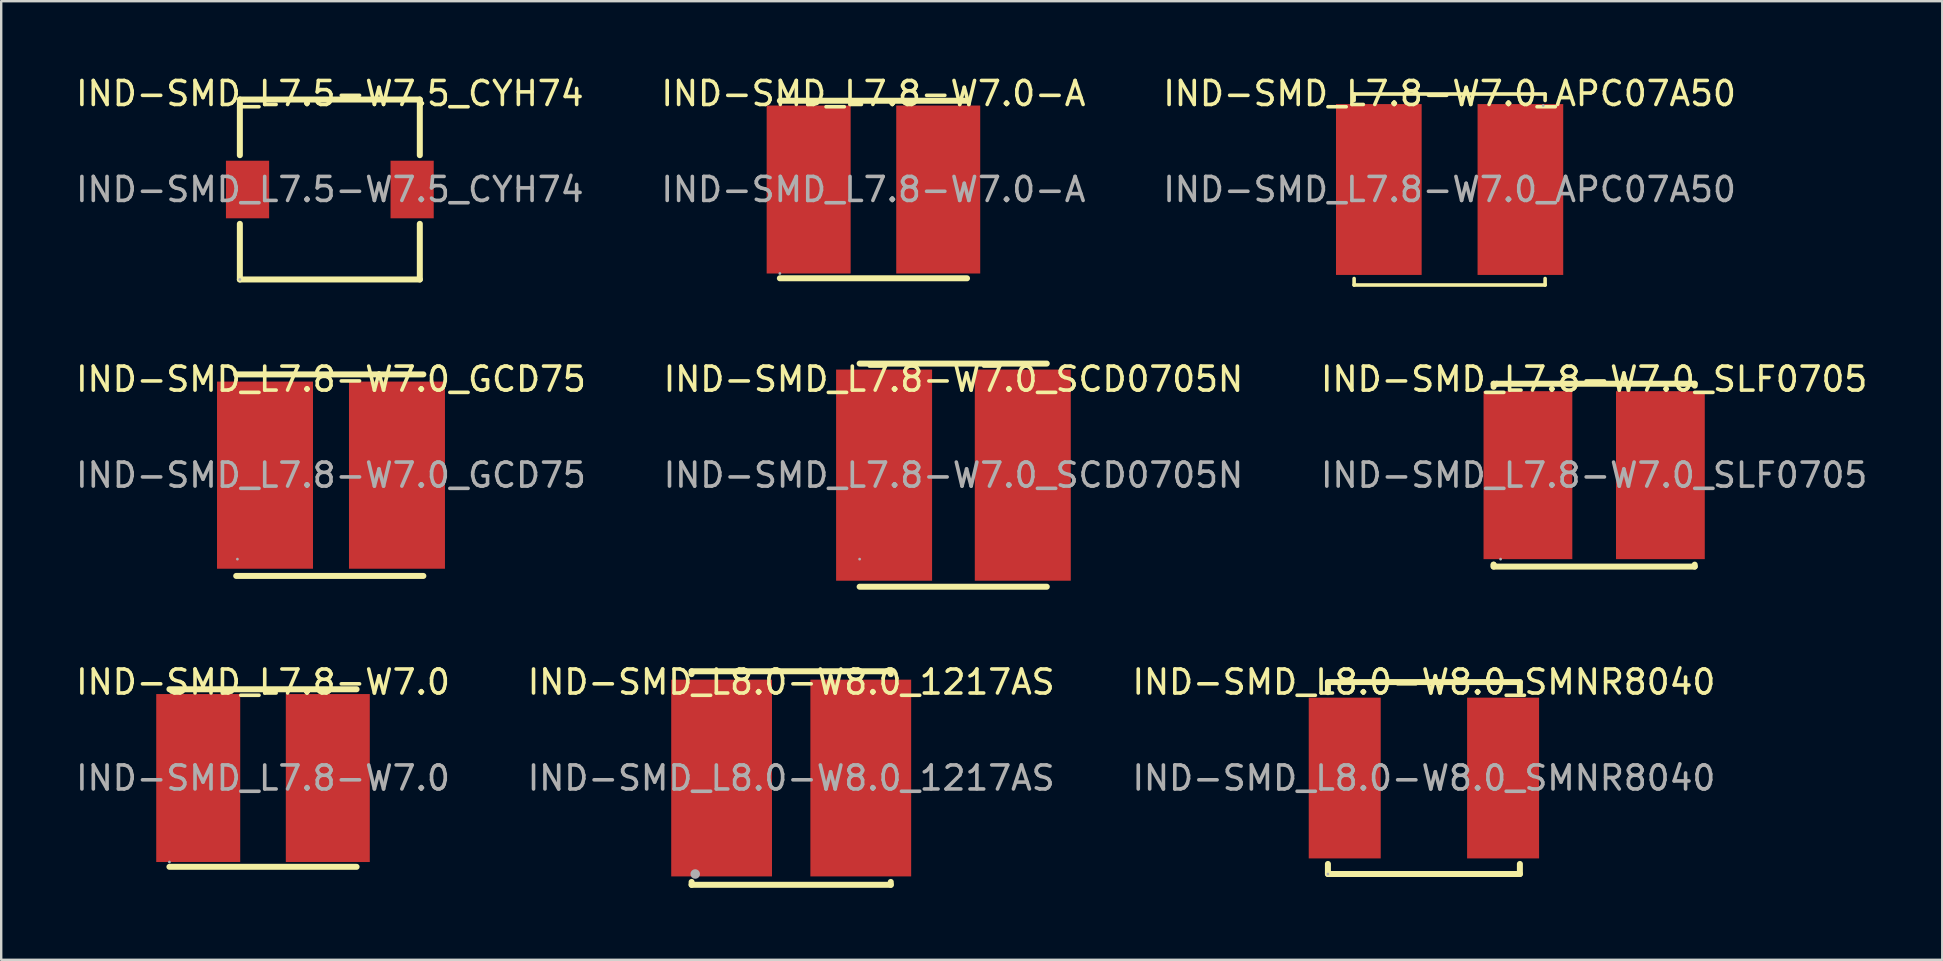
<source format=kicad_pcb>
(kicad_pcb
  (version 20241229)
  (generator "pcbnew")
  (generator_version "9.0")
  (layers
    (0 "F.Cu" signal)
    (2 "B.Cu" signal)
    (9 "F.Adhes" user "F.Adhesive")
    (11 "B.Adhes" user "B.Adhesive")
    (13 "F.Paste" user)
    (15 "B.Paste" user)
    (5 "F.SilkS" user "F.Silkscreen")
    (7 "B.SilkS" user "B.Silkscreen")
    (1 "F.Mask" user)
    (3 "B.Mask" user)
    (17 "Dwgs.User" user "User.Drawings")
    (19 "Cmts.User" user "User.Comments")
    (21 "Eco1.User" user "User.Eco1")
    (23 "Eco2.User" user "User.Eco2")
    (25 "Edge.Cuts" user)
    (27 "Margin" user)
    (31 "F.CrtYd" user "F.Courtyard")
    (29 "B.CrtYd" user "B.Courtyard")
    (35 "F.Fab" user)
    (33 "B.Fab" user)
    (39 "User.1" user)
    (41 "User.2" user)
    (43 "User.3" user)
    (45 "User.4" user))
  (footprint "IND-SMD_L7.8-W7.0_SLF0705"
    (layer "F.Cu")
    (at 63.387 16.752)
    (property "Reference" "IND-SMD_L7.8-W7.0_SLF0705" (at 0 -4 0) (layer "F.SilkS") (effects (font (size 1 1) (thickness 0.15))))
    (attr through_hole)
    (fp_line (start -4.19 -3.81) (end -4.19 -3.68) (stroke (width 0.25) (type solid)) (layer "F.SilkS"))
    (fp_line (start -4.19 3.73) (end -4.19 3.73) (stroke (width 0.25) (type solid)) (layer "F.SilkS"))
    (fp_line (start -4.19 3.81) (end -4.19 3.73) (stroke (width 0.25) (type solid)) (layer "F.SilkS"))
    (fp_line (start -4.06 -3.81) (end -4.19 -3.81) (stroke (width 0.25) (type solid)) (layer "F.SilkS"))
    (fp_line (start -4.06 -3.81) (end 4.19 -3.81) (stroke (width 0.25) (type solid)) (layer "F.SilkS"))
    (fp_line (start 4.19 -3.81) (end 4.19 -3.73) (stroke (width 0.25) (type solid)) (layer "F.SilkS"))
    (fp_line (start 4.19 3.73) (end 4.19 3.81) (stroke (width 0.25) (type solid)) (layer "F.SilkS"))
    (fp_line (start 4.19 3.81) (end -4.19 3.81) (stroke (width 0.25) (type solid)) (layer "F.SilkS"))
    (fp_circle (center -3.9 3.5) (end -3.87 3.5) (stroke (width 0.06) (type solid)) (fill no) (layer "F.Fab"))
    (fp_text user "${REFERENCE}" (at 0 0 0) (layer "F.Fab") (effects (font (size 1 1) (thickness 0.15))))
    (pad "1" smd rect (at -2.76 0) (size 3.7 7) (layers "F.Cu" "F.Mask" "F.Paste"))
    (pad "2" smd rect (at 2.76 0) (size 3.7 7) (layers "F.Cu" "F.Mask" "F.Paste")))
  (footprint "IND-SMD_L7.8-W7.0_SCD0705N"
    (layer "F.Cu")
    (at 36.685 16.752)
    (property "Reference" "IND-SMD_L7.8-W7.0_SCD0705N" (at 0 -4 0) (layer "F.SilkS") (effects (font (size 1 1) (thickness 0.15))))
    (attr through_hole)
    (fp_line (start -3.91 -4.65) (end 3.89 -4.65) (stroke (width 0.25) (type solid)) (layer "F.SilkS"))
    (fp_line (start -3.91 4.65) (end 3.89 4.65) (stroke (width 0.25) (type solid)) (layer "F.SilkS"))
    (fp_circle (center -3.91 3.5) (end -3.88 3.5) (stroke (width 0.06) (type solid)) (fill no) (layer "F.Fab"))
    (fp_text user "${REFERENCE}" (at 0 0 0) (layer "F.Fab") (effects (font (size 1 1) (thickness 0.15))))
    (pad "1" smd rect (at -2.89 0) (size 4 8.8) (layers "F.Cu" "F.Mask" "F.Paste"))
    (pad "2" smd rect (at 2.89 0) (size 4 8.8) (layers "F.Cu" "F.Mask" "F.Paste")))
  (footprint "IND-SMD_L7.8-W7.0_GCD75"
    (layer "F.Cu")
    (at 10.744 16.752)
    (property "Reference" "IND-SMD_L7.8-W7.0_GCD75" (at 0 -4 0) (layer "F.SilkS") (effects (font (size 1 1) (thickness 0.15))))
    (attr through_hole)
    (fp_line (start -3.95 -4.2) (end 3.85 -4.2) (stroke (width 0.25) (type solid)) (layer "F.SilkS"))
    (fp_line (start -3.95 4.2) (end 3.85 4.2) (stroke (width 0.25) (type solid)) (layer "F.SilkS"))
    (fp_circle (center -3.9 3.5) (end -3.87 3.5) (stroke (width 0.06) (type solid)) (fill no) (layer "F.Fab"))
    (fp_text user "${REFERENCE}" (at 0 0 0) (layer "F.Fab") (effects (font (size 1 1) (thickness 0.15))))
    (pad "1" smd rect (at -2.75 0) (size 4 7.8) (layers "F.Cu" "F.Mask" "F.Paste"))
    (pad "2" smd rect (at 2.75 0) (size 4 7.8) (layers "F.Cu" "F.Mask" "F.Paste")))
  (footprint "IND-SMD_L7.8-W7.0-A"
    (layer "F.Cu")
    (at 33.351 4.848)
    (property "Reference" "IND-SMD_L7.8-W7.0-A" (at 0 -4 0) (layer "F.SilkS") (effects (font (size 1 1) (thickness 0.15))))
    (attr through_hole)
    (fp_line (start -3.9 -3.7) (end 3.9 -3.7) (stroke (width 0.25) (type solid)) (layer "F.SilkS"))
    (fp_line (start -3.9 3.7) (end 3.9 3.7) (stroke (width 0.25) (type solid)) (layer "F.SilkS"))
    (fp_circle (center -3.9 3.5) (end -3.87 3.5) (stroke (width 0.06) (type solid)) (fill no) (layer "F.Fab"))
    (fp_text user "${REFERENCE}" (at 0 0 0) (layer "F.Fab") (effects (font (size 1 1) (thickness 0.15))))
    (pad "1" smd rect (at -2.7 0) (size 3.5 7) (layers "F.Cu" "F.Mask" "F.Paste"))
    (pad "2" smd rect (at 2.7 0) (size 3.5 7) (layers "F.Cu" "F.Mask" "F.Paste")))
  (footprint "IND-SMD_L7.8-W7.0_APC07A50"
    (layer "F.Cu")
    (at 57.363 4.848)
    (property "Reference" "IND-SMD_L7.8-W7.0_APC07A50" (at 0 -4 0) (layer "F.SilkS") (effects (font (size 1 1) (thickness 0.15))))
    (attr through_hole)
    (fp_line (start -3.98 -3.98) (end 3.98 -3.98) (stroke (width 0.15) (type solid)) (layer "F.SilkS"))
    (fp_line (start -3.98 -3.71) (end -3.98 -3.98) (stroke (width 0.15) (type solid)) (layer "F.SilkS"))
    (fp_line (start -3.98 3.71) (end -3.98 3.98) (stroke (width 0.15) (type solid)) (layer "F.SilkS"))
    (fp_line (start -3.98 3.98) (end 3.98 3.98) (stroke (width 0.15) (type solid)) (layer "F.SilkS"))
    (fp_line (start 3.98 -3.98) (end 3.98 -3.71) (stroke (width 0.15) (type solid)) (layer "F.SilkS"))
    (fp_line (start 3.98 3.98) (end 3.98 3.71) (stroke (width 0.15) (type solid)) (layer "F.SilkS"))
    (fp_circle (center 3.9 -3.5) (end 3.93 -3.5) (stroke (width 0.06) (type solid)) (fill no) (layer "F.Fab"))
    (fp_text user "${REFERENCE}" (at 0 0 0) (layer "F.Fab") (effects (font (size 1 1) (thickness 0.15))))
    (pad "1" smd rect (at 2.95 0) (size 3.57 7.12) (layers "F.Cu" "F.Mask" "F.Paste"))
    (pad "2" smd rect (at -2.95 0) (size 3.57 7.12) (layers "F.Cu" "F.Mask" "F.Paste")))
  (footprint "IND-SMD_L8.0-W8.0_1217AS"
    (layer "F.Cu")
    (at 29.923 29.375)
    (property "Reference" "IND-SMD_L8.0-W8.0_1217AS" (at 0 -4 0) (layer "F.SilkS") (effects (font (size 1 1) (thickness 0.15))))
    (attr through_hole)
    (fp_line (start -4.15 -4.45) (end -4.15 -4.33) (stroke (width 0.25) (type solid)) (layer "F.SilkS"))
    (fp_line (start -4.15 -4.45) (end 4.15 -4.45) (stroke (width 0.25) (type solid)) (layer "F.SilkS"))
    (fp_line (start -4.15 4.33) (end -4.15 4.45) (stroke (width 0.25) (type solid)) (layer "F.SilkS"))
    (fp_line (start -4.15 4.45) (end 4.15 4.45) (stroke (width 0.25) (type solid)) (layer "F.SilkS"))
    (fp_line (start 4.15 -4.33) (end 4.15 -4.45) (stroke (width 0.25) (type solid)) (layer "F.SilkS"))
    (fp_line (start 4.15 4.45) (end 4.15 4.33) (stroke (width 0.25) (type solid)) (layer "F.SilkS"))
    (fp_circle (center -4 4) (end -3.9 4) (stroke (width 0.2) (type solid)) (fill no) (layer "F.Fab"))
    (fp_text user "${REFERENCE}" (at 0 0 0) (layer "F.Fab") (effects (font (size 1 1) (thickness 0.15))))
    (pad "1" smd rect (at -2.9 0 90) (size 8.2 4.2) (layers "F.Cu" "F.Mask" "F.Paste"))
    (pad "2" smd rect (at 2.9 0 90) (size 8.2 4.2) (layers "F.Cu" "F.Mask" "F.Paste")))
  (footprint "IND-SMD_L8.0-W8.0_SMNR8040"
    (layer "F.Cu")
    (at 56.292 29.375)
    (property "Reference" "IND-SMD_L8.0-W8.0_SMNR8040" (at 0 -4 0) (layer "F.SilkS") (effects (font (size 1 1) (thickness 0.15))))
    (attr through_hole)
    (fp_line (start -4 -4) (end 4 -4) (stroke (width 0.25) (type solid)) (layer "F.SilkS"))
    (fp_line (start -4 -3.58) (end -4 -4) (stroke (width 0.25) (type solid)) (layer "F.SilkS"))
    (fp_line (start -4 4) (end -4 3.58) (stroke (width 0.25) (type solid)) (layer "F.SilkS"))
    (fp_line (start 4 -4) (end 4 -3.58) (stroke (width 0.25) (type solid)) (layer "F.SilkS"))
    (fp_line (start 4 3.58) (end 4 4) (stroke (width 0.25) (type solid)) (layer "F.SilkS"))
    (fp_line (start 4 4) (end -4 4) (stroke (width 0.25) (type solid)) (layer "F.SilkS"))
    (fp_circle (center -4 4) (end -3.97 4) (stroke (width 0.06) (type solid)) (fill no) (layer "F.Fab"))
    (fp_text user "${REFERENCE}" (at 0 0 0) (layer "F.Fab") (effects (font (size 1 1) (thickness 0.15))))
    (pad "1" smd rect (at -3.3 0) (size 3 6.7) (layers "F.Cu" "F.Mask" "F.Paste"))
    (pad "2" smd rect (at 3.3 0) (size 3 6.7) (layers "F.Cu" "F.Mask" "F.Paste")))
  (footprint "IND-SMD_L7.5-W7.5_CYH74"
    (layer "F.Cu")
    (at 10.696 4.848)
    (property "Reference" "IND-SMD_L7.5-W7.5_CYH74" (at 0 -4 0) (layer "F.SilkS") (effects (font (size 1 1) (thickness 0.15))))
    (attr through_hole)
    (fp_line (start -3.75 -3.75) (end 3.75 -3.75) (stroke (width 0.25) (type solid)) (layer "F.SilkS"))
    (fp_line (start -3.75 -1.43) (end -3.75 -3.75) (stroke (width 0.25) (type solid)) (layer "F.SilkS"))
    (fp_line (start -3.75 3.75) (end -3.75 1.43) (stroke (width 0.25) (type solid)) (layer "F.SilkS"))
    (fp_line (start 3.75 -3.75) (end 3.75 -1.43) (stroke (width 0.25) (type solid)) (layer "F.SilkS"))
    (fp_line (start 3.75 1.43) (end 3.75 3.75) (stroke (width 0.25) (type solid)) (layer "F.SilkS"))
    (fp_line (start 3.75 3.75) (end -3.75 3.75) (stroke (width 0.25) (type solid)) (layer "F.SilkS"))
    (fp_circle (center -3.75 3.75) (end -3.72 3.75) (stroke (width 0.06) (type solid)) (fill no) (layer "F.Fab"))
    (fp_text user "${REFERENCE}" (at 0 0 0) (layer "F.Fab") (effects (font (size 1 1) (thickness 0.15))))
    (pad "1" smd rect (at -3.43 0) (size 1.8 2.4) (layers "F.Cu" "F.Mask" "F.Paste"))
    (pad "2" smd rect (at 3.43 0) (size 1.8 2.4) (layers "F.Cu" "F.Mask" "F.Paste")))
  (footprint "IND-SMD_L7.8-W7.0"
    (layer "F.Cu")
    (at 7.911 29.375)
    (property "Reference" "IND-SMD_L7.8-W7.0" (at 0 -4 0) (layer "F.SilkS") (effects (font (size 1 1) (thickness 0.15))))
    (attr through_hole)
    (fp_line (start -3.9 -3.7) (end 3.9 -3.7) (stroke (width 0.25) (type solid)) (layer "F.SilkS"))
    (fp_line (start -3.9 3.7) (end 3.9 3.7) (stroke (width 0.25) (type solid)) (layer "F.SilkS"))
    (fp_circle (center -3.9 3.5) (end -3.87 3.5) (stroke (width 0.06) (type solid)) (fill no) (layer "F.Fab"))
    (fp_text user "${REFERENCE}" (at 0 0 0) (layer "F.Fab") (effects (font (size 1 1) (thickness 0.15))))
    (pad "1" smd rect (at -2.7 0) (size 3.5 7) (layers "F.Cu" "F.Mask" "F.Paste"))
    (pad "2" smd rect (at 2.7 0) (size 3.5 7) (layers "F.Cu" "F.Mask" "F.Paste")))
  (gr_rect
    (start -3 -3)
    (end 77.893 36.95)
    (stroke (width 0.1) (type default))
    (fill no)
    (layer "Edge.Cuts")))
</source>
